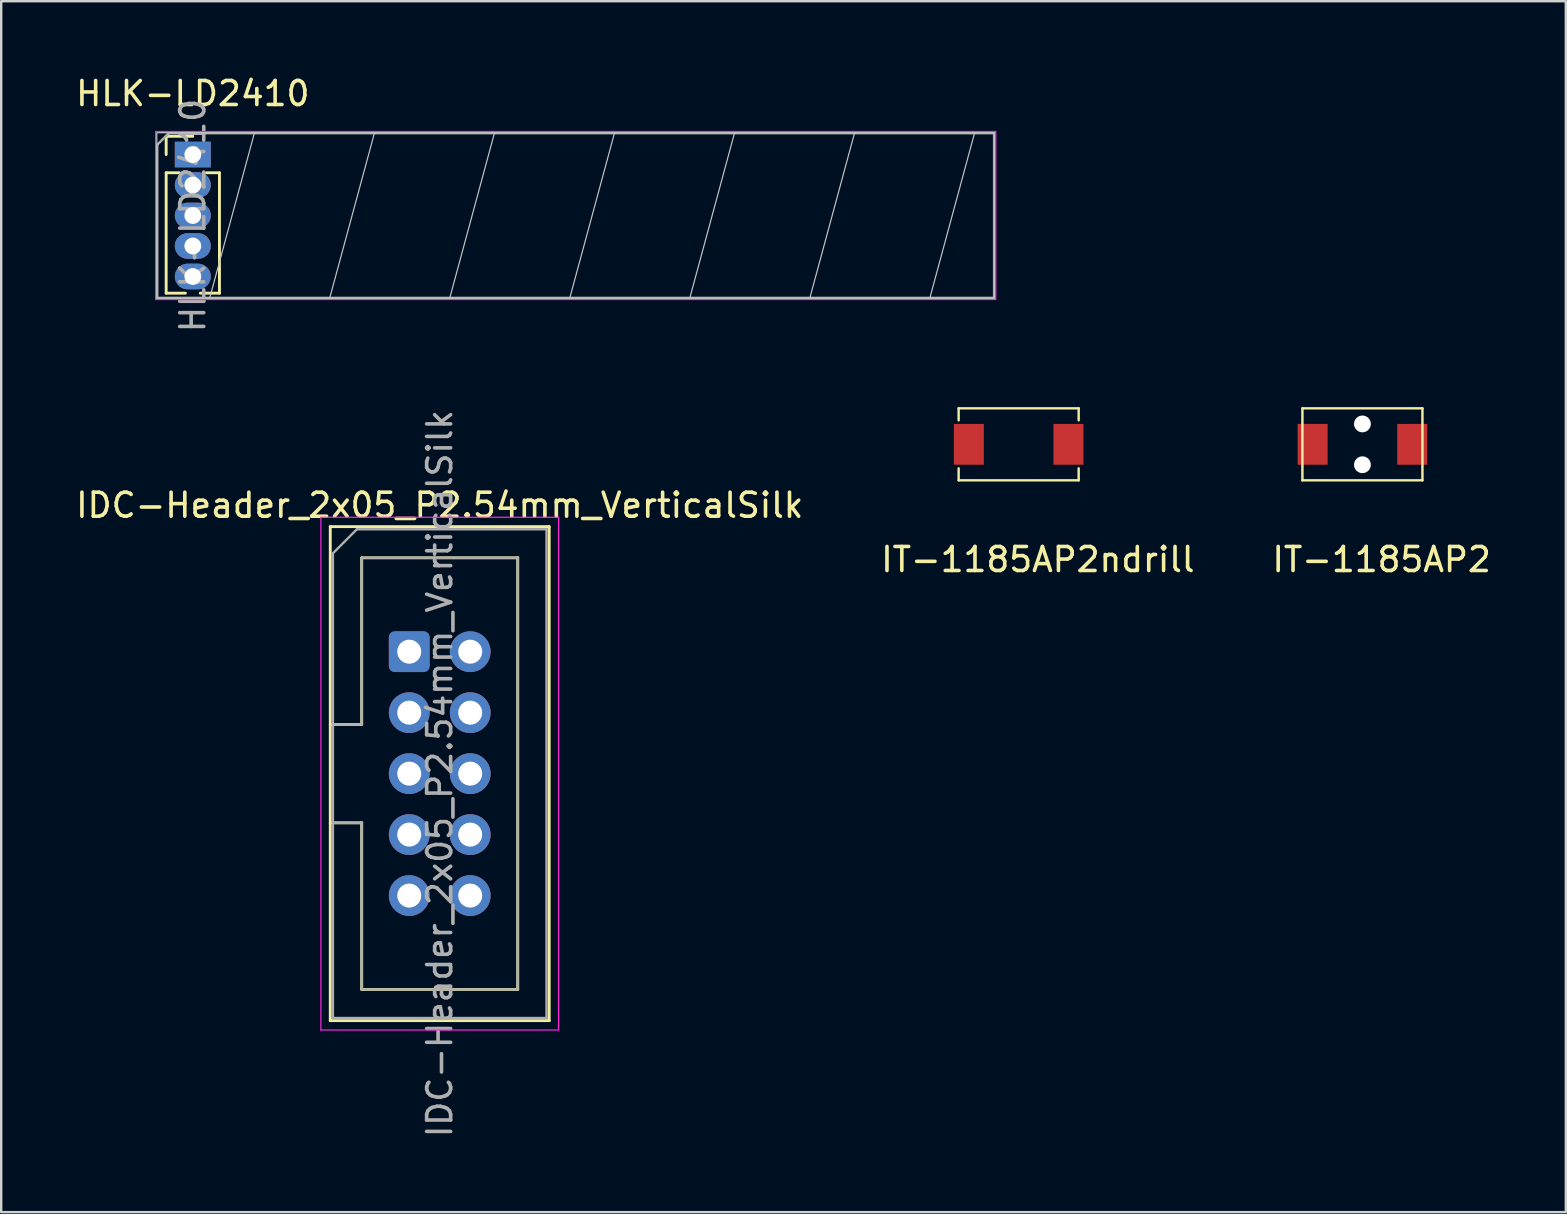
<source format=kicad_pcb>
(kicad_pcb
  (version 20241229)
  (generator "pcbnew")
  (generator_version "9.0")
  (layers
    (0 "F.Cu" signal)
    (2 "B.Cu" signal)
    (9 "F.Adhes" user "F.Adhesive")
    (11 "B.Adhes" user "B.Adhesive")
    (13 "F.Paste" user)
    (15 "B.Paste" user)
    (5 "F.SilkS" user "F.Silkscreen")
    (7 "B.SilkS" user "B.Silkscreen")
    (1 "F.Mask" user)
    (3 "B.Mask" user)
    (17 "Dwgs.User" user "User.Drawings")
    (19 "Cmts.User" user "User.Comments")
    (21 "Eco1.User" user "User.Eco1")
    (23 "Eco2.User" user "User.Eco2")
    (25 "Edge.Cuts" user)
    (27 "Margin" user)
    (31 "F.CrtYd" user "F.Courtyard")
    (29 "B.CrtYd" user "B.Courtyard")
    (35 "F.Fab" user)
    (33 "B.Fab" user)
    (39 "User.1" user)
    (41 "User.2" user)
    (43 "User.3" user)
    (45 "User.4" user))
  (footprint "IT-1185AP2"
    (layer "F.Cu")
    (at 53.706 15.46)
    (property "Reference" "IT-1185AP2" (at 0.8 4.8 0) (layer "F.SilkS") (effects (font (size 1 1) (thickness 0.15))))
    (attr through_hole)
    (fp_line (start -2.5 -1.5) (end 2.5 -1.5) (stroke (width 0.1) (type solid)) (layer "F.SilkS"))
    (fp_line (start -2.5 1.5) (end -2.5 -1.5) (stroke (width 0.1) (type solid)) (layer "F.SilkS"))
    (fp_line (start -2.5 1.5) (end 2.5 1.5) (stroke (width 0.1) (type solid)) (layer "F.SilkS"))
    (fp_line (start 2.5 1.5) (end 2.5 -1.5) (stroke (width 0.1) (type solid)) (layer "F.SilkS"))
    (pad "" np_thru_hole circle (at 0 -0.85) (size 0.7 0.7) (drill 0.7) (layers "*.Cu" "*.Mask"))
    (pad "" np_thru_hole circle (at 0 0.85) (size 0.7 0.7) (drill 0.7) (layers "*.Cu" "*.Mask"))
    (pad "1" smd rect (at -2.075 0) (size 1.25 1.7) (layers "F.Cu" "F.Mask" "F.Paste"))
    (pad "2" smd rect (at 2.075 0) (size 1.25 1.7) (layers "F.Cu" "F.Mask" "F.Paste")))
  (footprint "IDC-Header_2x05_P2.54mm_VerticalSilk"
    (layer "F.Cu")
    (at 13.998 24.098)
    (property "Reference" "IDC-Header_2x05_P2.54mm_VerticalSilk" (at 1.27 -6.1 0) (layer "F.SilkS") (effects (font (size 1 1) (thickness 0.15))))
    (attr through_hole)
    (fp_line (start -3.29 -5.21) (end 5.83 -5.21) (stroke (width 0.12) (type solid)) (layer "F.SilkS"))
    (fp_line (start -3.29 3.03) (end -1.98 3.03) (stroke (width 0.12) (type solid)) (layer "F.SilkS"))
    (fp_line (start -3.29 15.37) (end -3.29 -5.21) (stroke (width 0.12) (type solid)) (layer "F.SilkS"))
    (fp_line (start -1.98 -3.91) (end 4.52 -3.91) (stroke (width 0.12) (type solid)) (layer "F.SilkS"))
    (fp_line (start -1.98 3.03) (end -1.98 -3.91) (stroke (width 0.12) (type solid)) (layer "F.SilkS"))
    (fp_line (start -1.98 7.13) (end -3.29 7.13) (stroke (width 0.12) (type solid)) (layer "F.SilkS"))
    (fp_line (start -1.98 7.13) (end -1.98 7.13) (stroke (width 0.12) (type solid)) (layer "F.SilkS"))
    (fp_line (start -1.98 14.07) (end -1.98 7.13) (stroke (width 0.12) (type solid)) (layer "F.SilkS"))
    (fp_line (start 4.52 -3.91) (end 4.52 14.07) (stroke (width 0.12) (type solid)) (layer "F.SilkS"))
    (fp_line (start 4.52 14.07) (end -1.98 14.07) (stroke (width 0.12) (type solid)) (layer "F.SilkS"))
    (fp_line (start 5.83 -5.21) (end 5.83 15.37) (stroke (width 0.12) (type solid)) (layer "F.SilkS"))
    (fp_line (start 5.83 15.37) (end -3.29 15.37) (stroke (width 0.12) (type solid)) (layer "F.SilkS"))
    (fp_line (start -3.68 -5.6) (end -3.68 15.76) (stroke (width 0.05) (type solid)) (layer "F.CrtYd"))
    (fp_line (start -3.68 15.76) (end 6.22 15.76) (stroke (width 0.05) (type solid)) (layer "F.CrtYd"))
    (fp_line (start 6.22 -5.6) (end -3.68 -5.6) (stroke (width 0.05) (type solid)) (layer "F.CrtYd"))
    (fp_line (start 6.22 15.76) (end 6.22 -5.6) (stroke (width 0.05) (type solid)) (layer "F.CrtYd"))
    (fp_line (start -3.18 -4.1) (end -2.18 -5.1) (stroke (width 0.1) (type solid)) (layer "F.Fab"))
    (fp_line (start -3.18 3.03) (end -1.98 3.03) (stroke (width 0.1) (type solid)) (layer "F.Fab"))
    (fp_line (start -3.18 15.26) (end -3.18 -4.1) (stroke (width 0.1) (type solid)) (layer "F.Fab"))
    (fp_line (start -2.18 -5.1) (end 5.72 -5.1) (stroke (width 0.1) (type solid)) (layer "F.Fab"))
    (fp_line (start -1.98 -3.91) (end 4.52 -3.91) (stroke (width 0.1) (type solid)) (layer "F.Fab"))
    (fp_line (start -1.98 3.03) (end -1.98 -3.91) (stroke (width 0.1) (type solid)) (layer "F.Fab"))
    (fp_line (start -1.98 7.13) (end -3.18 7.13) (stroke (width 0.1) (type solid)) (layer "F.Fab"))
    (fp_line (start -1.98 7.13) (end -1.98 7.13) (stroke (width 0.1) (type solid)) (layer "F.Fab"))
    (fp_line (start -1.98 14.07) (end -1.98 7.13) (stroke (width 0.1) (type solid)) (layer "F.Fab"))
    (fp_line (start 4.52 -3.91) (end 4.52 14.07) (stroke (width 0.1) (type solid)) (layer "F.Fab"))
    (fp_line (start 4.52 14.07) (end -1.98 14.07) (stroke (width 0.1) (type solid)) (layer "F.Fab"))
    (fp_line (start 5.72 -5.1) (end 5.72 15.26) (stroke (width 0.1) (type solid)) (layer "F.Fab"))
    (fp_line (start 5.72 15.26) (end -3.18 15.26) (stroke (width 0.1) (type solid)) (layer "F.Fab"))
    (fp_text user "${REFERENCE}" (at 1.27 5.08 90) (layer "F.Fab") (effects (font (size 1 1) (thickness 0.15))))
    (pad "1" thru_hole roundrect (at 0 0) (size 1.7 1.7) (drill 1) (layers "*.Cu" "*.Mask") (roundrect_rratio 0.147))
    (pad "2" thru_hole circle (at 2.54 0) (size 1.7 1.7) (drill 1) (layers "*.Cu" "*.Mask"))
    (pad "3" thru_hole circle (at 0 2.54) (size 1.7 1.7) (drill 1) (layers "*.Cu" "*.Mask"))
    (pad "4" thru_hole circle (at 2.54 2.54) (size 1.7 1.7) (drill 1) (layers "*.Cu" "*.Mask"))
    (pad "5" thru_hole circle (at 0 5.08) (size 1.7 1.7) (drill 1) (layers "*.Cu" "*.Mask"))
    (pad "6" thru_hole circle (at 2.54 5.08) (size 1.7 1.7) (drill 1) (layers "*.Cu" "*.Mask"))
    (pad "7" thru_hole circle (at 0 7.62) (size 1.7 1.7) (drill 1) (layers "*.Cu" "*.Mask"))
    (pad "8" thru_hole circle (at 2.54 7.62) (size 1.7 1.7) (drill 1) (layers "*.Cu" "*.Mask"))
    (pad "9" thru_hole circle (at 0 10.16) (size 1.7 1.7) (drill 1) (layers "*.Cu" "*.Mask"))
    (pad "10" thru_hole circle (at 2.54 10.16) (size 1.7 1.7) (drill 1) (layers "*.Cu" "*.Mask")))
  (footprint "IT-1185AP2ndrill"
    (layer "F.Cu")
    (at 39.385 15.46)
    (property "Reference" "IT-1185AP2ndrill" (at 0.8 4.8 0) (layer "F.SilkS") (effects (font (size 1 1) (thickness 0.15))))
    (attr through_hole)
    (fp_line (start -2.5 -1.5) (end 2.5 -1.5) (stroke (width 0.1) (type solid)) (layer "F.SilkS"))
    (fp_line (start -2.5 -1) (end -2.5 -1.5) (stroke (width 0.1) (type solid)) (layer "F.SilkS"))
    (fp_line (start -2.5 1.5) (end -2.5 1) (stroke (width 0.1) (type solid)) (layer "F.SilkS"))
    (fp_line (start -2.5 1.5) (end 2.5 1.5) (stroke (width 0.1) (type solid)) (layer "F.SilkS"))
    (fp_line (start 2.5 -1) (end 2.5 -1.5) (stroke (width 0.1) (type solid)) (layer "F.SilkS"))
    (fp_line (start 2.5 1.5) (end 2.5 1) (stroke (width 0.1) (type solid)) (layer "F.SilkS"))
    (pad "1" smd rect (at -2.075 0) (size 1.25 1.7) (layers "F.Cu" "F.Mask" "F.Paste"))
    (pad "2" smd rect (at 2.075 0) (size 1.25 1.7) (layers "F.Cu" "F.Mask" "F.Paste")))
  (footprint "HLK-LD2410"
    (layer "F.Cu")
    (at 4.982 3.388)
    (property "Reference" "HLK-LD2410" (at 0 -2.54 0) (layer "F.SilkS") (effects (font (size 1 1) (thickness 0.15))))
    (attr through_hole)
    (fp_line (start -1.11 -0.76) (end 0 -0.76) (stroke (width 0.12) (type solid)) (layer "F.SilkS"))
    (fp_line (start -1.11 0) (end -1.11 -0.76) (stroke (width 0.12) (type solid)) (layer "F.SilkS"))
    (fp_line (start -1.11 0.76) (end -1.11 5.775) (stroke (width 0.12) (type solid)) (layer "F.SilkS"))
    (fp_line (start -1.11 0.76) (end -0.563 0.76) (stroke (width 0.12) (type solid)) (layer "F.SilkS"))
    (fp_line (start -1.11 5.775) (end -0.308 5.775) (stroke (width 0.12) (type solid)) (layer "F.SilkS"))
    (fp_line (start 0.308 5.775) (end 1.11 5.775) (stroke (width 0.12) (type solid)) (layer "F.SilkS"))
    (fp_line (start 0.563 0.76) (end 1.11 0.76) (stroke (width 0.12) (type solid)) (layer "F.SilkS"))
    (fp_line (start 1.11 0.76) (end 1.11 5.775) (stroke (width 0.12) (type solid)) (layer "F.SilkS"))
    (fp_line (start 0.7 5.99) (end 2.57 -0.91) (stroke (width 0.05) (type solid)) (layer "Dwgs.User"))
    (fp_line (start 5.7 5.99) (end 7.57 -0.91) (stroke (width 0.05) (type solid)) (layer "Dwgs.User"))
    (fp_line (start 10.7 5.99) (end 12.57 -0.91) (stroke (width 0.05) (type solid)) (layer "Dwgs.User"))
    (fp_line (start 15.7 5.99) (end 17.57 -0.91) (stroke (width 0.05) (type solid)) (layer "Dwgs.User"))
    (fp_line (start 20.7 5.99) (end 22.57 -0.91) (stroke (width 0.05) (type solid)) (layer "Dwgs.User"))
    (fp_line (start 25.7 5.99) (end 27.57 -0.91) (stroke (width 0.05) (type solid)) (layer "Dwgs.User"))
    (fp_line (start 30.7 5.99) (end 32.57 -0.91) (stroke (width 0.05) (type solid)) (layer "Dwgs.User"))
    (fp_rect (start -1.5 -0.91) (end 33.4 5.99) (stroke (width 0.05) (type solid)) (fill no) (layer "Dwgs.User"))
    (fp_line (start -1.55 -0.96) (end -1.55 6.04) (stroke (width 0.05) (type solid)) (layer "F.CrtYd"))
    (fp_line (start 33.45 -0.96) (end -1.55 -0.96) (stroke (width 0.05) (type solid)) (layer "F.CrtYd"))
    (fp_line (start 33.45 6.04) (end -1.55 6.04) (stroke (width 0.05) (type solid)) (layer "F.CrtYd"))
    (fp_line (start 33.45 6.04) (end 33.45 -0.96) (stroke (width 0.05) (type solid)) (layer "F.CrtYd"))
    (fp_line (start -1.48 -0.41) (end -1 -0.89) (stroke (width 0.1) (type solid)) (layer "F.Fab"))
    (fp_line (start -1.48 5.97) (end -1.48 -0.41) (stroke (width 0.1) (type solid)) (layer "F.Fab"))
    (fp_line (start -1 -0.89) (end 33.38 -0.89) (stroke (width 0.1) (type solid)) (layer "F.Fab"))
    (fp_line (start 33.38 -0.89) (end 33.38 5.97) (stroke (width 0.1) (type solid)) (layer "F.Fab"))
    (fp_line (start 33.38 5.97) (end -1.48 5.97) (stroke (width 0.1) (type solid)) (layer "F.Fab"))
    (fp_text user "${REFERENCE}" (at 0 2.54 90) (layer "F.Fab") (effects (font (size 1 1) (thickness 0.15))))
    (pad "1" thru_hole rect (at 0 0) (size 1.5 1.07) (drill 0.7) (layers "*.Cu" "*.Mask"))
    (pad "2" thru_hole oval (at 0 1.27) (size 1.5 1.07) (drill 0.7) (layers "*.Cu" "*.Mask"))
    (pad "3" thru_hole oval (at 0 2.54) (size 1.5 1.07) (drill 0.7) (layers "*.Cu" "*.Mask"))
    (pad "4" thru_hole oval (at 0 3.81) (size 1.5 1.07) (drill 0.7) (layers "*.Cu" "*.Mask"))
    (pad "5" thru_hole oval (at 0 5.08) (size 1.5 1.07) (drill 0.7) (layers "*.Cu" "*.Mask")))
  (gr_rect
    (start -3 -3)
    (end 62.179 47.446)
    (stroke (width 0.1) (type default))
    (fill no)
    (layer "Edge.Cuts")))
</source>
